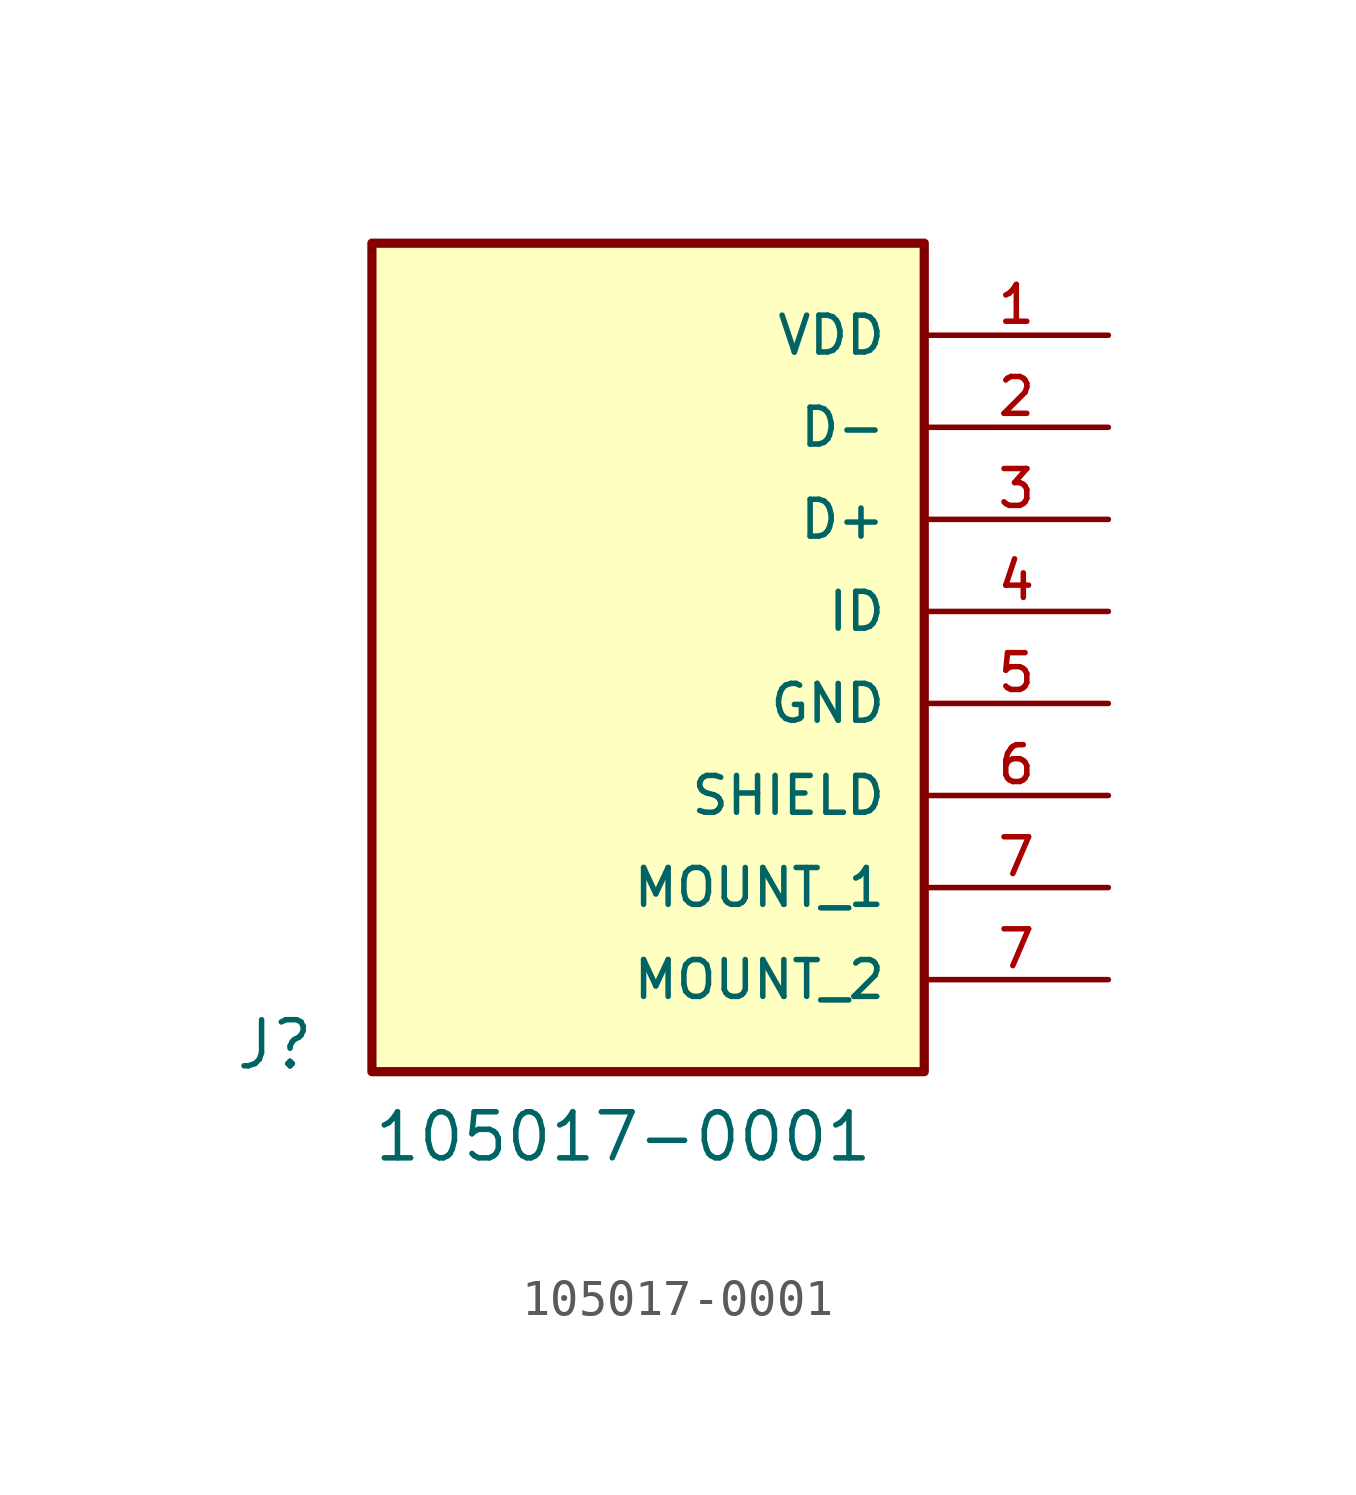
<source format=kicad_sym>
(kicad_symbol_lib
  (version 20211014)
  (generator kicad_symbol_editor)
  (symbol "105017-0001"
    (pin_names
      (offset 1.016))
    (property "Reference" "J"
      (at -11.43 -8.89 0)
      (effects (font (size 1.27 1.27)) (justify left bottom)))
    (property "Value" "105017-0001"
      (at -7.62 -11.43 0)
      (effects (font (size 1.27 1.27)) (justify left bottom)))
    (symbol "105017-0001_0_0"
      (rectangle (start -7.62 13.97) (end 7.62 -8.89) (stroke (width 0.254) (type default) (color 0 0 0 0)) (fill (type background)))
      (pin power_in line (at 12.7 11.43 180) (length 5.08) (name "VDD" (effects (font (size 1.016 1.016)))) (number "1" (effects (font (size 1.016 1.016)))))
      (pin bidirectional line (at 12.7 8.89 180) (length 5.08) (name "D-" (effects (font (size 1.016 1.016)))) (number "2" (effects (font (size 1.016 1.016)))))
      (pin bidirectional line (at 12.7 6.35 180) (length 5.08) (name "D+" (effects (font (size 1.016 1.016)))) (number "3" (effects (font (size 1.016 1.016)))))
      (pin passive line (at 12.7 3.81 180) (length 5.08) (name "ID" (effects (font (size 1.016 1.016)))) (number "4" (effects (font (size 1.016 1.016)))))
      (pin power_in line (at 12.7 1.27 180) (length 5.08) (name "GND" (effects (font (size 1.016 1.016)))) (number "5" (effects (font (size 1.016 1.016)))))
      (pin unspecified line (at 12.7 -1.27 180) (length 5.08) (name "SHIELD" (effects (font (size 1.016 1.016)))) (number "6" (effects (font (size 1.016 1.016)))))
      (pin unspecified line (at 12.7 -3.81 180) (length 5.08) (name "MOUNT_1" (effects (font (size 1.016 1.016)))) (number "7" (effects (font (size 1.016 1.016)))))
      (pin unspecified line (at 12.7 -6.35 180) (length 5.08) (name "MOUNT_2" (effects (font (size 1.016 1.016)))) (number "7" (effects (font (size 1.016 1.016))))))))
</source>
